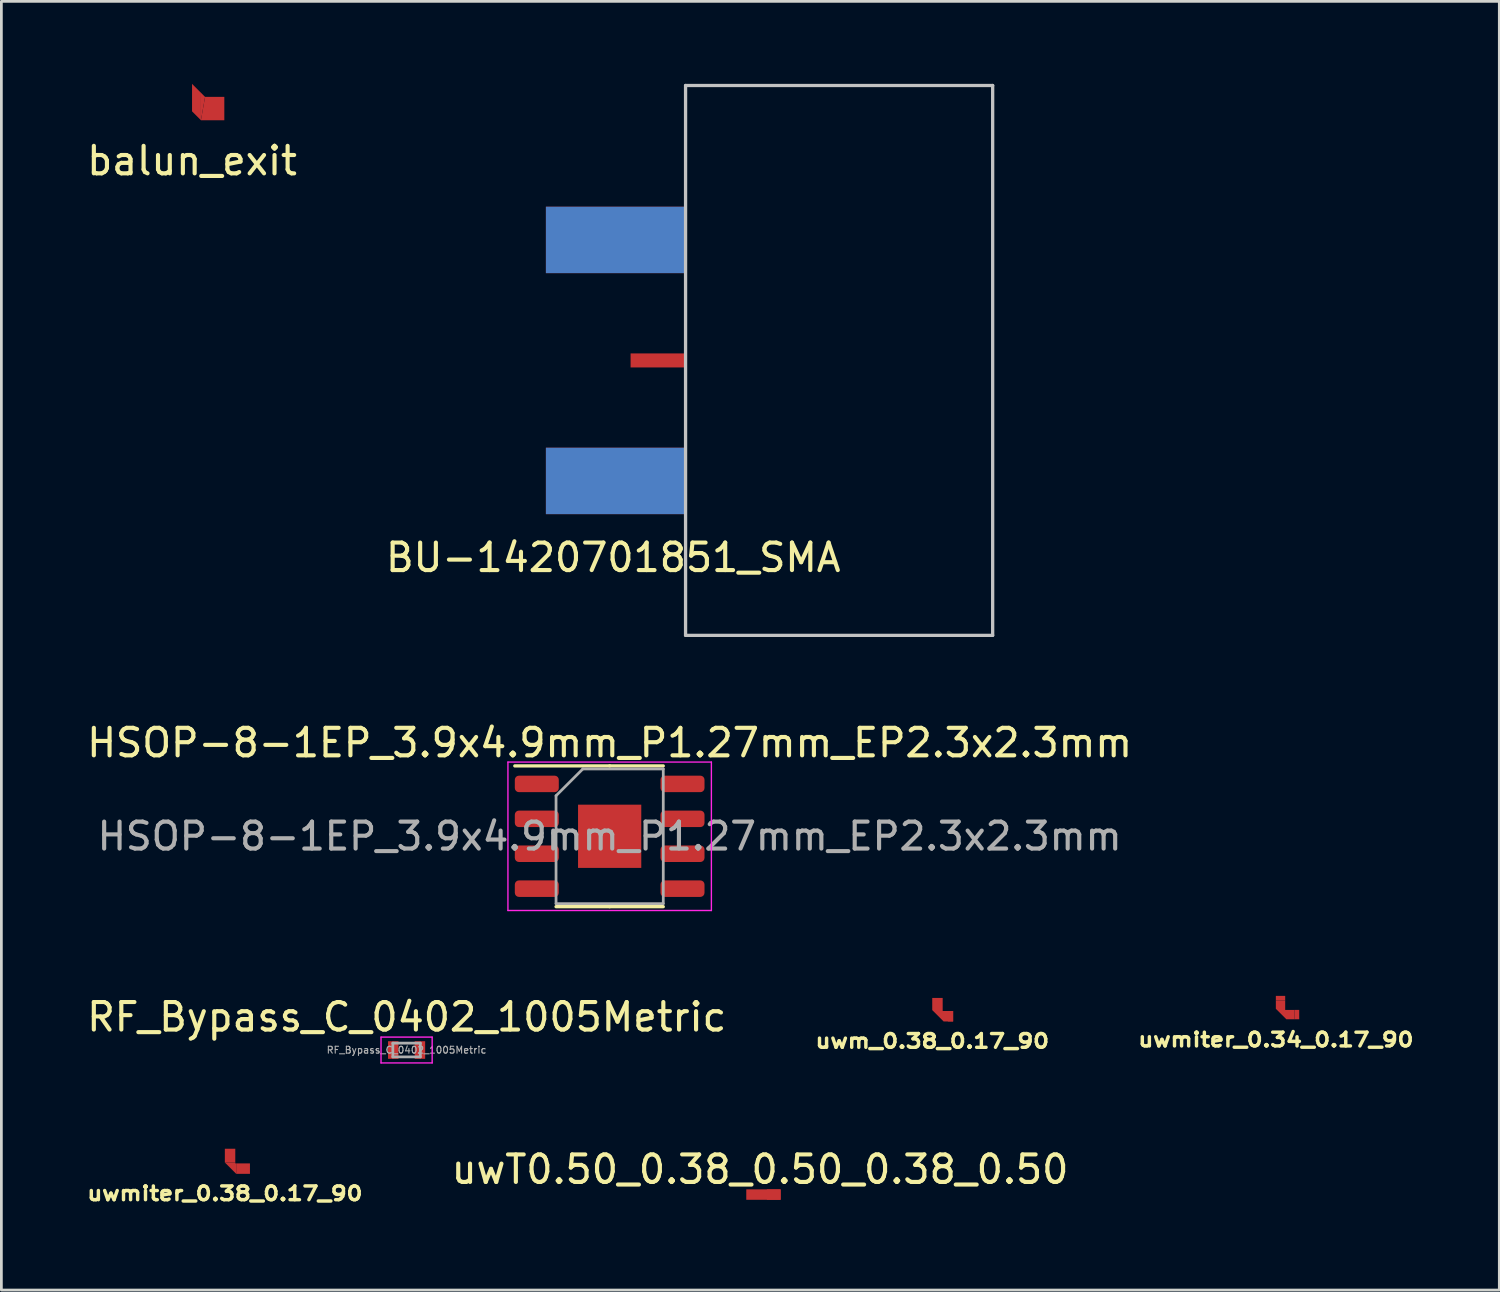
<source format=kicad_pcb>
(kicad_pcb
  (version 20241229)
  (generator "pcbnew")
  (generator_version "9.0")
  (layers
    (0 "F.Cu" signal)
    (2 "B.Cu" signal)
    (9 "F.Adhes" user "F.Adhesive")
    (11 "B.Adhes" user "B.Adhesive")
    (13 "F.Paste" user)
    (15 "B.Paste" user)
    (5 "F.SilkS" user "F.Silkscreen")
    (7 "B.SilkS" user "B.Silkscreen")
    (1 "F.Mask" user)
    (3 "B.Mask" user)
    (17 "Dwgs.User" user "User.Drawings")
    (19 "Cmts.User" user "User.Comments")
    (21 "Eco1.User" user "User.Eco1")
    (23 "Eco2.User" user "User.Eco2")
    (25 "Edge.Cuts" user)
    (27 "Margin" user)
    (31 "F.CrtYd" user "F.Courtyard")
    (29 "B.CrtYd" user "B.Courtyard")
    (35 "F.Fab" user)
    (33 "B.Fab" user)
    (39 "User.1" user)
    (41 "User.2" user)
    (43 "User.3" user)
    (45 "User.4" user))
  (footprint "uwmiter_0.34_0.17_90"
    (layer "F.Cu")
    (at 43.526 33.343)
    (property "Reference" "uwmiter_0.34_0.17_90" (at -0.17 1.425 0) (layer "F.SilkS") (effects (font (size 0.5 0.6) (thickness 0.125))))
    (attr exclude_from_pos_files exclude_from_bom)
    (fp_poly (pts (xy -0.17 0) (xy 0.17 0) (xy 0.17 0.34) (xy 0.51 0.34) (xy 0.51 0.68) (xy 0.211 0.68) (xy -0.17 0.299) (xy -0.17 0)) (stroke (width 0) (type solid)) (fill yes) (layer "F.Cu"))
    (pad "1" smd rect (at 0 -0.085 90) (size 0.17 0.34) (layers "F.Cu"))
    (pad "2" smd rect (at 0.595 0.51) (size 0.17 0.34) (layers "F.Cu")))
  (footprint "uwm_0.38_0.17_90"
    (layer "F.Cu")
    (at 31.048 33.343)
    (property "Reference" "uwm_0.38_0.17_90" (at -0.19 1.475 0) (layer "F.SilkS") (effects (font (size 0.5 0.6) (thickness 0.125))))
    (attr exclude_from_pos_files exclude_from_bom)
    (pad "1" smd custom (at 0 0) (size 0.38 0.19) (layers "F.Cu" "F.Mask") (options (anchor rect)) (primitives (gr_poly (pts (xy -0.19 0) (xy 0.19 0) (xy 0.19 0.38) (xy 0.57 0.38) (xy 0.57 0.76) (xy 0.223 0.76) (xy -0.19 0.347) (xy -0.19 0)) (width 0) (fill yes))))
    (pad "1" smd rect (at 0.475 0.57) (size 0.19 0.38) (layers "F.Cu")))
  (footprint "uwmiter_0.38_0.17_90"
    (layer "F.Cu")
    (at 5.318 38.886)
    (property "Reference" "uwmiter_0.38_0.17_90" (at -0.19 1.475 0) (layer "F.SilkS") (effects (font (size 0.5 0.6) (thickness 0.125))))
    (attr exclude_from_pos_files exclude_from_bom)
    (fp_poly (pts (xy -0.19 0.347) (xy 0.223 0.76) (xy 0.223 0.38) (xy 0.19 0.38) (xy 0.19 0.347)) (stroke (width 0) (type solid)) (fill yes) (layer "F.Cu"))
    (pad "1" smd rect (at 0 0.097) (size 0.38 0.5) (layers "F.Cu"))
    (pad "2" smd rect (at 0.473 0.57) (size 0.5 0.38) (layers "F.Cu")))
  (footprint "BU-1420701851_SMA"
    (layer "F.Cu")
    (at 21.886 10.06)
    (property "Reference" "BU-1420701851_SMA" (at -2.63 7.17 0) (layer "F.SilkS") (effects (font (size 1 1) (thickness 0.15))))
    (attr smd)
    (fp_line (start 0 -10) (end 11.17 -10) (stroke (width 0.12) (type solid)) (layer "Dwgs.User"))
    (fp_line (start 0 10) (end 0 -10) (stroke (width 0.12) (type solid)) (layer "Dwgs.User"))
    (fp_line (start 11.17 -10) (end 11.17 10) (stroke (width 0.12) (type solid)) (layer "Dwgs.User"))
    (fp_line (start 11.17 10) (end 0 10) (stroke (width 0.12) (type solid)) (layer "Dwgs.User"))
    (pad "1" smd rect (at -1 0) (size 2 0.51) (layers "F.Cu" "F.Mask"))
    (pad "2" smd rect (at -2.54 -4.383) (size 5.08 2.415) (layers "F.Cu" "F.Mask"))
    (pad "2" smd rect (at -2.54 -4.383) (size 5.08 2.415) (layers "B.Cu" "B.Mask"))
    (pad "2" smd rect (at -2.54 4.383) (size 5.08 2.415) (layers "F.Cu" "F.Mask"))
    (pad "2" smd rect (at -2.54 4.383) (size 5.08 2.415) (layers "B.Cu" "B.Mask")))
  (footprint "uwT0.50_0.38_0.50_0.38_0.50"
    (layer "F.Cu")
    (at 24.344 40.4)
    (property "Reference" "uwT0.50_0.38_0.50_0.38_0.50" (at 0.25 -0.915 0) (layer "F.SilkS") (effects (font (size 1 1) (thickness 0.15))))
    (attr exclude_from_pos_files exclude_from_bom)
    (pad "1" smd custom (at 0 0) (size 0.5 0.38) (layers "F.Cu") (options (anchor rect)) (primitives (gr_poly (pts (xy -0.25 -0.19) (xy 0.25 -0.19) (xy 0.5 -0.19) (xy 1 -0.19) (xy 1 0.19) (xy 0.5 0.19) (xy 0.25 0.19) (xy -0.25 0.19)) (width 0) (fill yes))))
    (pad "1" smd rect (at 0.75 0) (size 0.5 0.38) (layers "F.Cu")))
  (footprint "HSOP-8-1EP_3.9x4.9mm_P1.27mm_EP2.3x2.3mm"
    (layer "F.Cu")
    (at 19.125 27.368)
    (property "Reference" "HSOP-8-1EP_3.9x4.9mm_P1.27mm_EP2.3x2.3mm" (at 0 -3.4 0) (layer "F.SilkS") (effects (font (size 1 1) (thickness 0.15))))
    (attr smd)
    (fp_line (start 0 -2.56) (end -3.45 -2.56) (stroke (width 0.12) (type solid)) (layer "F.SilkS"))
    (fp_line (start 0 -2.56) (end 1.95 -2.56) (stroke (width 0.12) (type solid)) (layer "F.SilkS"))
    (fp_line (start 0 2.56) (end -1.95 2.56) (stroke (width 0.12) (type solid)) (layer "F.SilkS"))
    (fp_line (start 0 2.56) (end 1.95 2.56) (stroke (width 0.12) (type solid)) (layer "F.SilkS"))
    (fp_line (start -3.7 -2.7) (end -3.7 2.7) (stroke (width 0.05) (type solid)) (layer "F.CrtYd"))
    (fp_line (start -3.7 2.7) (end 3.7 2.7) (stroke (width 0.05) (type solid)) (layer "F.CrtYd"))
    (fp_line (start 3.7 -2.7) (end -3.7 -2.7) (stroke (width 0.05) (type solid)) (layer "F.CrtYd"))
    (fp_line (start 3.7 2.7) (end 3.7 -2.7) (stroke (width 0.05) (type solid)) (layer "F.CrtYd"))
    (fp_line (start -1.95 -1.475) (end -0.975 -2.45) (stroke (width 0.1) (type solid)) (layer "F.Fab"))
    (fp_line (start -1.95 2.45) (end -1.95 -1.475) (stroke (width 0.1) (type solid)) (layer "F.Fab"))
    (fp_line (start -0.975 -2.45) (end 1.95 -2.45) (stroke (width 0.1) (type solid)) (layer "F.Fab"))
    (fp_line (start 1.95 -2.45) (end 1.95 2.45) (stroke (width 0.1) (type solid)) (layer "F.Fab"))
    (fp_line (start 1.95 2.45) (end -1.95 2.45) (stroke (width 0.1) (type solid)) (layer "F.Fab"))
    (fp_text user "${REFERENCE}" (at 0 0 0) (layer "F.Fab") (effects (font (size 0.98 0.98) (thickness 0.15))))
    (pad "" smd roundrect (at -0.575 -0.575) (size 0.93 0.93) (layers "F.Paste") (roundrect_rratio 0.25))
    (pad "" smd roundrect (at -0.575 0.575) (size 0.93 0.93) (layers "F.Paste") (roundrect_rratio 0.25))
    (pad "" smd roundrect (at 0.575 -0.575) (size 0.93 0.93) (layers "F.Paste") (roundrect_rratio 0.25))
    (pad "" smd roundrect (at 0.575 0.575) (size 0.93 0.93) (layers "F.Paste") (roundrect_rratio 0.25))
    (pad "1" smd roundrect (at -2.65 -1.905) (size 1.6 0.6) (layers "F.Cu" "F.Mask" "F.Paste") (roundrect_rratio 0.25))
    (pad "2" smd roundrect (at -2.65 -0.635) (size 1.6 0.6) (layers "F.Cu" "F.Mask" "F.Paste") (roundrect_rratio 0.25))
    (pad "3" smd roundrect (at -2.65 0.635) (size 1.6 0.6) (layers "F.Cu" "F.Mask" "F.Paste") (roundrect_rratio 0.25))
    (pad "4" smd roundrect (at -2.65 1.905) (size 1.6 0.6) (layers "F.Cu" "F.Mask" "F.Paste") (roundrect_rratio 0.25))
    (pad "5" smd roundrect (at 2.65 1.905) (size 1.6 0.6) (layers "F.Cu" "F.Mask" "F.Paste") (roundrect_rratio 0.25))
    (pad "6" smd roundrect (at 2.65 0.635) (size 1.6 0.6) (layers "F.Cu" "F.Mask" "F.Paste") (roundrect_rratio 0.25))
    (pad "7" smd roundrect (at 2.65 -0.635) (size 1.6 0.6) (layers "F.Cu" "F.Mask" "F.Paste") (roundrect_rratio 0.25))
    (pad "8" smd roundrect (at 2.65 -1.905) (size 1.6 0.6) (layers "F.Cu" "F.Mask" "F.Paste") (roundrect_rratio 0.25))
    (pad "9" smd rect (at 0 0) (size 2.3 2.3) (layers "F.Cu" "F.Mask")))
  (footprint "balun_exit"
    (layer "F.Cu")
    (at 3.935 1)
    (property "Reference" "balun_exit" (at 0 1.8 0) (layer "F.SilkS") (effects (font (size 1 1) (thickness 0.15))))
    (attr through_hole)
    (fp_poly (pts (xy 0.324 -0.676) (xy 0.324 0.324) (xy 0.474 -0.526)) (stroke (width 0) (type solid)) (fill yes) (layer "F.Cu"))
    (pad "1" smd custom (at 0.16 -0.37) (size 0.1 0.1) (layers "F.Cu") (options (anchor rect)) (primitives (gr_poly (pts (xy -0.16 0.37) (xy 0.164 0.694) (xy 0.164 -0.306) (xy -0.16 -0.63)) (width 0) (fill yes))))
    (pad "2" smd custom (at 0.824 -0.101) (size 0.1 0.1) (layers "F.Cu") (options (anchor rect)) (primitives (gr_poly (pts (xy -0.35 -0.425) (xy -0.5 0.425) (xy 0.35 0.425) (xy 0.35 -0.425)) (width 0) (fill yes)))))
  (footprint "RF_Bypass_C_0402_1005Metric"
    (layer "F.Cu")
    (at 11.254 35.142)
    (property "Reference" "RF_Bypass_C_0402_1005Metric" (at 0.49 -1.2 0) (layer "F.SilkS") (effects (font (size 1 1) (thickness 0.15))))
    (attr smd)
    (fp_line (start -0.445 -0.47) (end 1.415 -0.47) (stroke (width 0.05) (type solid)) (layer "F.CrtYd"))
    (fp_line (start -0.445 0.47) (end -0.445 -0.47) (stroke (width 0.05) (type solid)) (layer "F.CrtYd"))
    (fp_line (start 1.415 -0.47) (end 1.415 0.47) (stroke (width 0.05) (type solid)) (layer "F.CrtYd"))
    (fp_line (start 1.415 0.47) (end -0.445 0.47) (stroke (width 0.05) (type solid)) (layer "F.CrtYd"))
    (fp_line (start -0.015 -0.25) (end 0.985 -0.25) (stroke (width 0.1) (type solid)) (layer "F.Fab"))
    (fp_line (start -0.015 0.25) (end -0.015 -0.25) (stroke (width 0.1) (type solid)) (layer "F.Fab"))
    (fp_line (start 0.985 -0.25) (end 0.985 0.25) (stroke (width 0.1) (type solid)) (layer "F.Fab"))
    (fp_line (start 0.985 0.25) (end -0.015 0.25) (stroke (width 0.1) (type solid)) (layer "F.Fab"))
    (fp_text user "${REFERENCE}" (at 0.485 0 0) (layer "F.Fab") (effects (font (size 0.25 0.25) (thickness 0.04))))
    (pad "1" smd rect (at 0 0) (size 0.38 0.64) (layers "F.Cu" "F.Mask" "F.Paste"))
    (pad "2" smd rect (at 0.97 0) (size 0.38 0.64) (layers "F.Cu" "F.Mask" "F.Paste")))
  (gr_rect
    (start -3 -3)
    (end 51.484 43.873)
    (stroke (width 0.1) (type default))
    (fill no)
    (layer "Edge.Cuts")))
</source>
